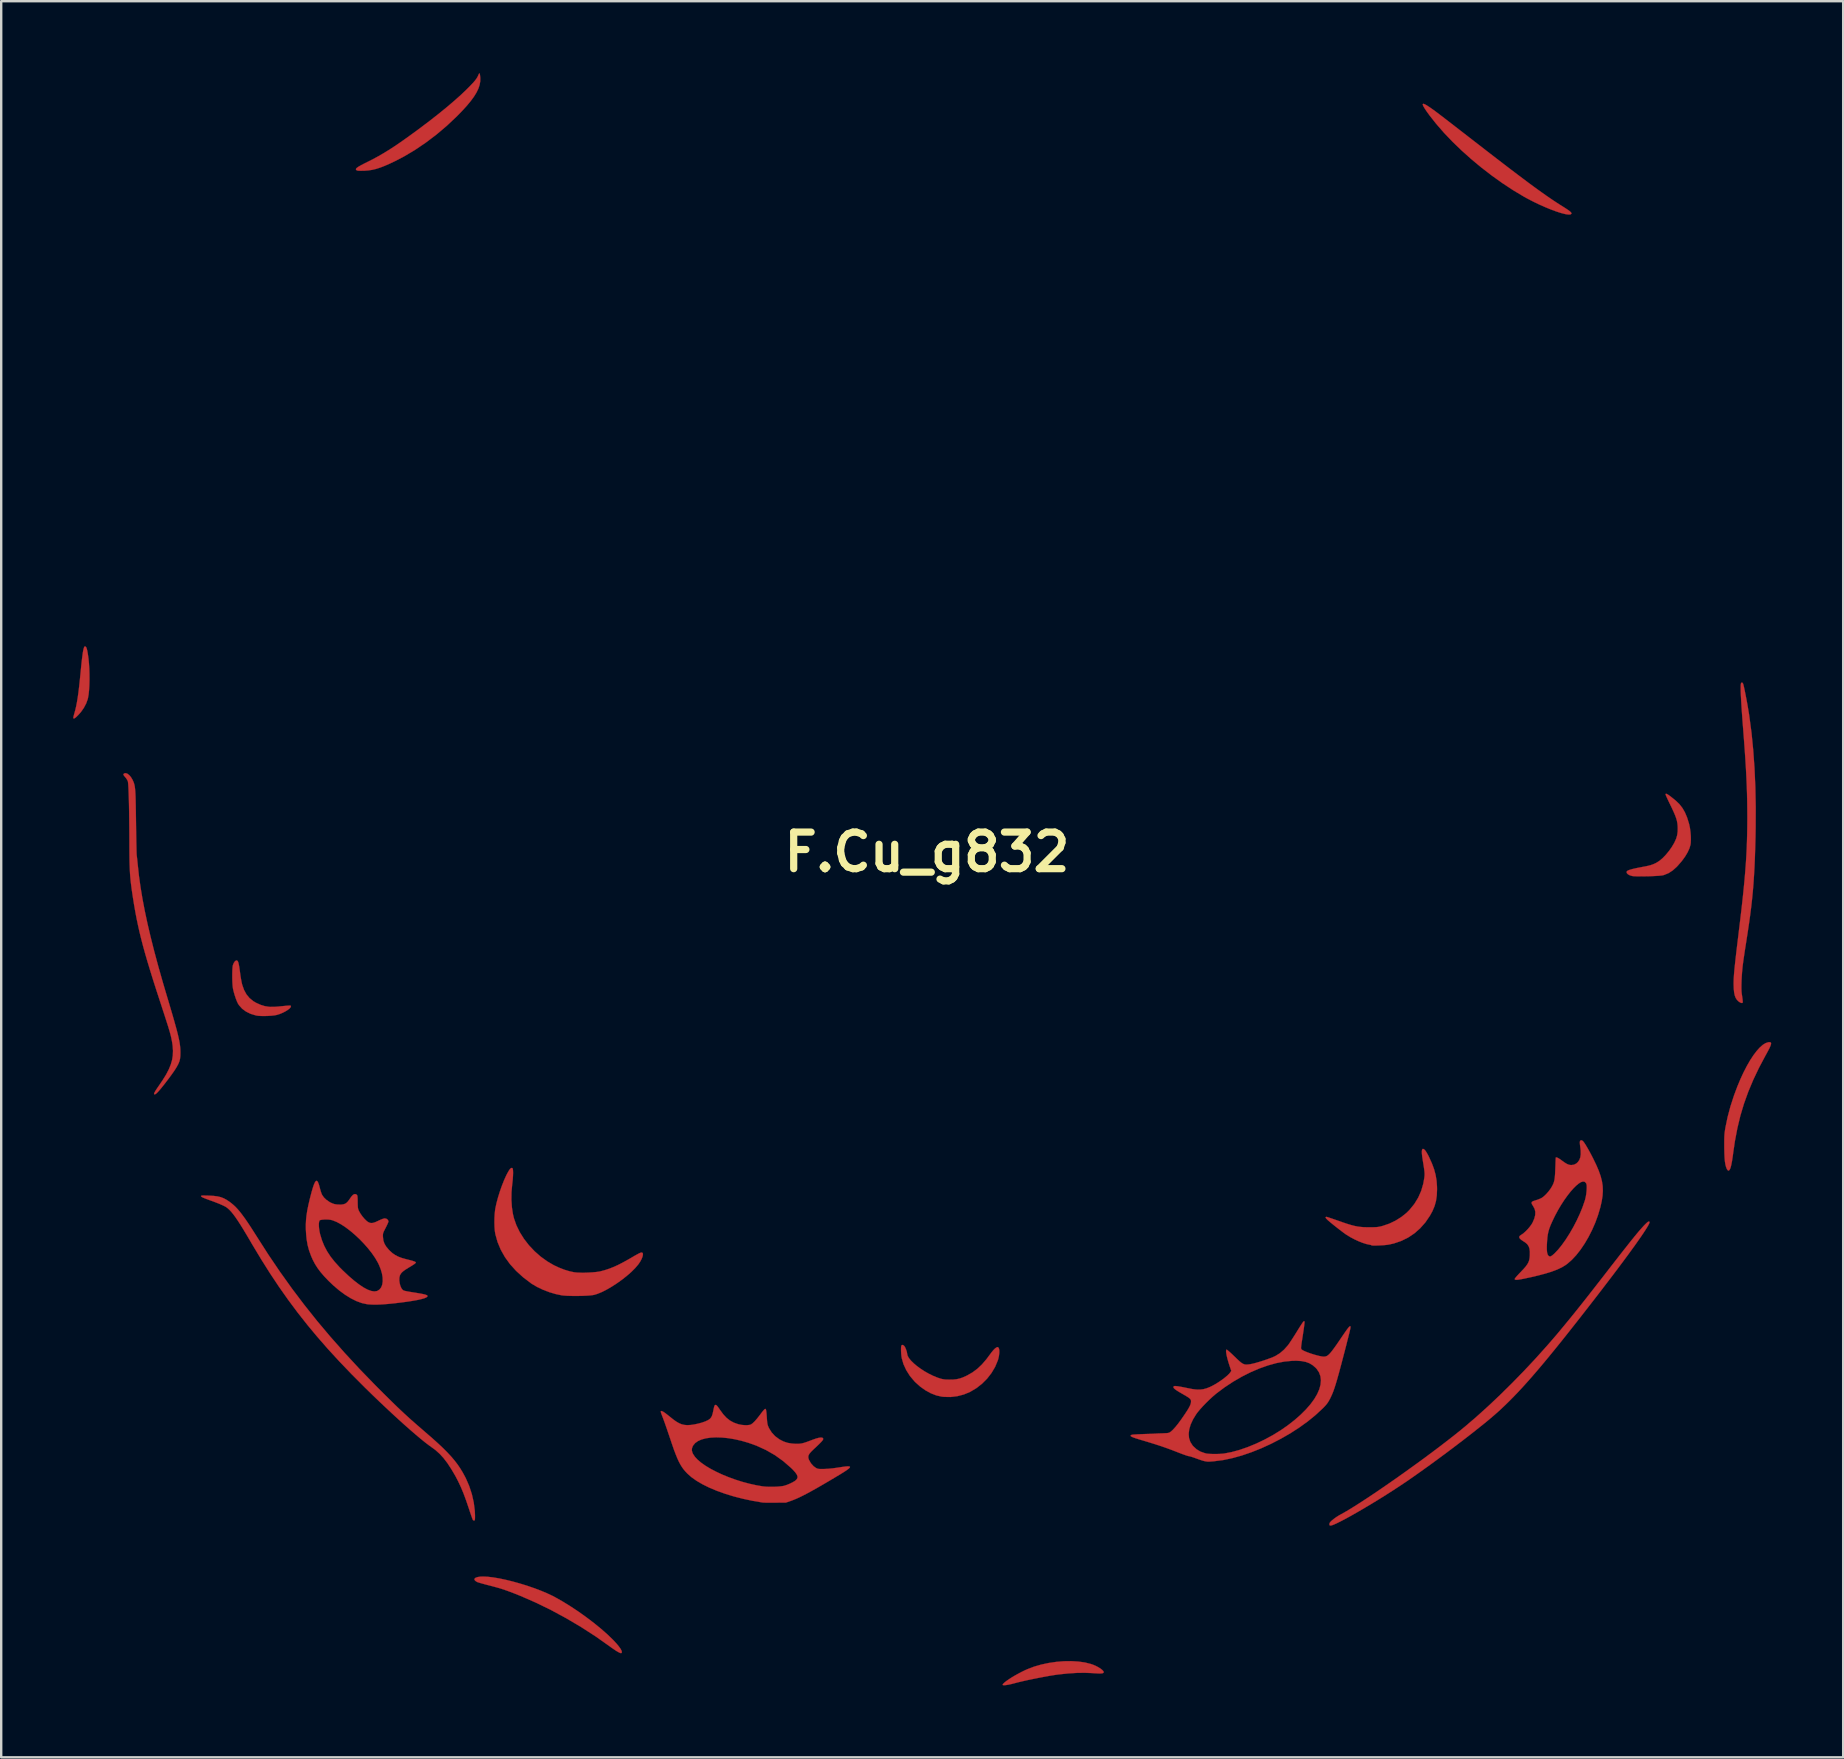
<source format=kicad_pcb>
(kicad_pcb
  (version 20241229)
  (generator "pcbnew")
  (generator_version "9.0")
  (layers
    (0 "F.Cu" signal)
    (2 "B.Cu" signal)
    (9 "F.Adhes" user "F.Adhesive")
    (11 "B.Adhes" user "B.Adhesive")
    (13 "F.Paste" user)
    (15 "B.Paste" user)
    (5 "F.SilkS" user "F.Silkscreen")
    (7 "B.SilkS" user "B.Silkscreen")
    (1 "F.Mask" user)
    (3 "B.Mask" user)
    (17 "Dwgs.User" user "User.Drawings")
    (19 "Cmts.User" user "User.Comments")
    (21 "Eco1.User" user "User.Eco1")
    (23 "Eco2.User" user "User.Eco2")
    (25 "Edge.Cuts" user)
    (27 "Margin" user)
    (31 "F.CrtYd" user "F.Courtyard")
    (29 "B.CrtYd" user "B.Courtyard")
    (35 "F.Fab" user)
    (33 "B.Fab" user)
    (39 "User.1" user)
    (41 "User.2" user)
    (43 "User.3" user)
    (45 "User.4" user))
  (footprint "F.Cu_g832"
    (layer "F.Cu")
    (at 35.573 32.456)
    (property "Reference" "F.Cu_g832" (at 0 0 0) (layer "F.SilkS") (effects (font (size 1.524 1.524) (thickness 0.3))))
    (attr through_hole)
    (fp_poly (pts (xy -35.055 -8.563) (xy -35.029 -8.532) (xy -35.007 -8.474) (xy -34.985 -8.383) (xy -34.966 -8.278) (xy -34.938 -8.084) (xy -34.917 -7.869) (xy -34.903 -7.641) (xy -34.896 -7.407) (xy -34.895 -7.175) (xy -34.901 -6.952) (xy -34.913 -6.746) (xy -34.932 -6.564) (xy -34.958 -6.414) (xy -34.97 -6.368) (xy -35.034 -6.191) (xy -35.13 -6.011) (xy -35.251 -5.838) (xy -35.365 -5.71) (xy -35.442 -5.634) (xy -35.498 -5.588) (xy -35.535 -5.569) (xy -35.56 -5.574) (xy -35.568 -5.584) (xy -35.567 -5.611) (xy -35.555 -5.668) (xy -35.535 -5.747) (xy -35.519 -5.801) (xy -35.482 -5.936) (xy -35.448 -6.084) (xy -35.416 -6.251) (xy -35.385 -6.44) (xy -35.355 -6.655) (xy -35.325 -6.901) (xy -35.295 -7.181) (xy -35.264 -7.493) (xy -35.239 -7.751) (xy -35.216 -7.969) (xy -35.194 -8.15) (xy -35.174 -8.295) (xy -35.155 -8.407) (xy -35.135 -8.488) (xy -35.117 -8.541) (xy -35.097 -8.568) (xy -35.085 -8.572) (xy -35.055 -8.563)) (stroke (width 0.01) (type solid)) (fill yes) (layer "F.Cu"))
    (fp_poly (pts (xy 6.306 33.727) (xy 6.58 33.765) (xy 6.826 33.827) (xy 6.918 33.858) (xy 7.034 33.907) (xy 7.142 33.964) (xy 7.236 34.023) (xy 7.309 34.081) (xy 7.354 34.132) (xy 7.366 34.164) (xy 7.36 34.189) (xy 7.337 34.207) (xy 7.295 34.218) (xy 7.227 34.223) (xy 7.13 34.222) (xy 6.999 34.215) (xy 6.88 34.207) (xy 6.568 34.195) (xy 6.238 34.2) (xy 5.883 34.222) (xy 5.496 34.263) (xy 5.44 34.27) (xy 5.282 34.293) (xy 5.092 34.324) (xy 4.879 34.363) (xy 4.653 34.406) (xy 4.423 34.452) (xy 4.198 34.499) (xy 3.989 34.546) (xy 3.803 34.59) (xy 3.658 34.628) (xy 3.511 34.666) (xy 3.383 34.693) (xy 3.279 34.709) (xy 3.204 34.714) (xy 3.162 34.706) (xy 3.154 34.695) (xy 3.172 34.659) (xy 3.224 34.607) (xy 3.303 34.543) (xy 3.407 34.471) (xy 3.528 34.392) (xy 3.663 34.311) (xy 3.807 34.231) (xy 3.954 34.154) (xy 4.1 34.083) (xy 4.189 34.044) (xy 4.468 33.938) (xy 4.766 33.852) (xy 5.076 33.786) (xy 5.391 33.74) (xy 5.706 33.714) (xy 6.013 33.71) (xy 6.306 33.727)) (stroke (width 0.01) (type solid)) (fill yes) (layer "F.Cu"))
    (fp_poly (pts (xy 35.154 7.928) (xy 35.172 7.952) (xy 35.172 7.995) (xy 35.153 8.059) (xy 35.115 8.148) (xy 35.055 8.265) (xy 34.975 8.414) (xy 34.945 8.467) (xy 34.67 8.985) (xy 34.43 9.489) (xy 34.222 9.986) (xy 34.044 10.482) (xy 33.893 10.985) (xy 33.769 11.502) (xy 33.667 12.038) (xy 33.601 12.488) (xy 33.572 12.703) (xy 33.545 12.878) (xy 33.518 13.017) (xy 33.493 13.123) (xy 33.466 13.198) (xy 33.439 13.246) (xy 33.41 13.268) (xy 33.392 13.271) (xy 33.366 13.254) (xy 33.335 13.211) (xy 33.327 13.195) (xy 33.296 13.115) (xy 33.271 13.017) (xy 33.251 12.897) (xy 33.238 12.752) (xy 33.229 12.575) (xy 33.224 12.362) (xy 33.223 12.266) (xy 33.223 12.096) (xy 33.224 11.96) (xy 33.227 11.849) (xy 33.233 11.755) (xy 33.241 11.669) (xy 33.254 11.583) (xy 33.27 11.488) (xy 33.27 11.483) (xy 33.363 11.036) (xy 33.481 10.594) (xy 33.626 10.145) (xy 33.767 9.768) (xy 33.895 9.462) (xy 34.027 9.176) (xy 34.162 8.915) (xy 34.298 8.678) (xy 34.434 8.47) (xy 34.568 8.292) (xy 34.698 8.146) (xy 34.824 8.034) (xy 34.943 7.959) (xy 35.054 7.923) (xy 35.065 7.921) (xy 35.118 7.919) (xy 35.154 7.928)) (stroke (width 0.01) (type solid)) (fill yes) (layer "F.Cu"))
    (fp_poly (pts (xy -18.633 -32.433) (xy -18.622 -32.376) (xy -18.613 -32.279) (xy -18.611 -32.261) (xy -18.613 -32.116) (xy -18.639 -31.967) (xy -18.691 -31.812) (xy -18.77 -31.649) (xy -18.878 -31.475) (xy -19.016 -31.288) (xy -19.185 -31.085) (xy -19.388 -30.864) (xy -19.588 -30.659) (xy -20.003 -30.268) (xy -20.436 -29.901) (xy -20.885 -29.561) (xy -21.342 -29.252) (xy -21.803 -28.979) (xy -22.151 -28.798) (xy -22.389 -28.685) (xy -22.597 -28.594) (xy -22.784 -28.522) (xy -22.953 -28.468) (xy -23.112 -28.43) (xy -23.268 -28.406) (xy -23.425 -28.393) (xy -23.453 -28.392) (xy -23.584 -28.39) (xy -23.681 -28.392) (xy -23.74 -28.4) (xy -23.754 -28.406) (xy -23.783 -28.429) (xy -23.794 -28.454) (xy -23.783 -28.483) (xy -23.748 -28.517) (xy -23.686 -28.56) (xy -23.595 -28.613) (xy -23.471 -28.678) (xy -23.311 -28.759) (xy -23.283 -28.772) (xy -23.071 -28.88) (xy -22.861 -28.994) (xy -22.649 -29.117) (xy -22.43 -29.251) (xy -22.201 -29.399) (xy -21.956 -29.565) (xy -21.693 -29.75) (xy -21.406 -29.957) (xy -21.114 -30.172) (xy -20.716 -30.473) (xy -20.344 -30.765) (xy -20 -31.045) (xy -19.687 -31.312) (xy -19.406 -31.563) (xy -19.17 -31.789) (xy -19.032 -31.928) (xy -18.922 -32.044) (xy -18.837 -32.141) (xy -18.774 -32.225) (xy -18.727 -32.299) (xy -18.695 -32.369) (xy -18.692 -32.376) (xy -18.667 -32.431) (xy -18.648 -32.451) (xy -18.633 -32.433)) (stroke (width 0.01) (type solid)) (fill yes) (layer "F.Cu"))
    (fp_poly (pts (xy -18.302 30.194) (xy -18.073 30.221) (xy -17.818 30.264) (xy -17.545 30.322) (xy -17.259 30.392) (xy -16.965 30.474) (xy -16.671 30.564) (xy -16.383 30.663) (xy -16.105 30.767) (xy -15.846 30.875) (xy -15.609 30.986) (xy -15.494 31.046) (xy -15.171 31.229) (xy -14.842 31.433) (xy -14.511 31.653) (xy -14.188 31.884) (xy -13.877 32.12) (xy -13.585 32.358) (xy -13.319 32.591) (xy -13.086 32.817) (xy -13.057 32.846) (xy -12.933 32.981) (xy -12.834 33.1) (xy -12.763 33.201) (xy -12.722 33.281) (xy -12.711 33.339) (xy -12.714 33.35) (xy -12.73 33.372) (xy -12.757 33.376) (xy -12.804 33.36) (xy -12.878 33.322) (xy -12.888 33.316) (xy -12.949 33.28) (xy -13.032 33.224) (xy -13.129 33.158) (xy -13.227 33.087) (xy -13.237 33.08) (xy -13.812 32.674) (xy -14.412 32.287) (xy -15.032 31.921) (xy -15.663 31.58) (xy -16.298 31.27) (xy -16.929 30.994) (xy -17.214 30.88) (xy -17.393 30.812) (xy -17.55 30.755) (xy -17.699 30.705) (xy -17.85 30.659) (xy -18.015 30.613) (xy -18.206 30.562) (xy -18.271 30.546) (xy -18.402 30.512) (xy -18.522 30.479) (xy -18.624 30.45) (xy -18.701 30.426) (xy -18.746 30.41) (xy -18.749 30.408) (xy -18.822 30.36) (xy -18.855 30.315) (xy -18.849 30.273) (xy -18.808 30.237) (xy -18.733 30.209) (xy -18.626 30.191) (xy -18.5 30.185) (xy -18.302 30.194)) (stroke (width 0.01) (type solid)) (fill yes) (layer "F.Cu"))
    (fp_poly (pts (xy 20.737 -31.165) (xy 20.817 -31.122) (xy 20.925 -31.052) (xy 21.064 -30.956) (xy 21.233 -30.832) (xy 21.399 -30.705) (xy 21.478 -30.646) (xy 21.585 -30.563) (xy 21.716 -30.462) (xy 21.866 -30.346) (xy 22.031 -30.218) (xy 22.207 -30.082) (xy 22.388 -29.942) (xy 22.57 -29.801) (xy 22.595 -29.781) (xy 23 -29.468) (xy 23.373 -29.179) (xy 23.716 -28.914) (xy 24.033 -28.671) (xy 24.323 -28.449) (xy 24.59 -28.247) (xy 24.836 -28.062) (xy 25.061 -27.893) (xy 25.269 -27.74) (xy 25.46 -27.601) (xy 25.638 -27.474) (xy 25.803 -27.357) (xy 25.957 -27.251) (xy 26.103 -27.152) (xy 26.243 -27.06) (xy 26.378 -26.973) (xy 26.458 -26.923) (xy 26.596 -26.836) (xy 26.701 -26.766) (xy 26.776 -26.712) (xy 26.824 -26.669) (xy 26.85 -26.637) (xy 26.857 -26.61) (xy 26.854 -26.599) (xy 26.822 -26.574) (xy 26.755 -26.566) (xy 26.654 -26.576) (xy 26.585 -26.589) (xy 26.414 -26.633) (xy 26.214 -26.698) (xy 25.992 -26.78) (xy 25.756 -26.877) (xy 25.512 -26.986) (xy 25.267 -27.104) (xy 25.027 -27.228) (xy 24.873 -27.313) (xy 24.422 -27.583) (xy 23.973 -27.879) (xy 23.53 -28.196) (xy 23.096 -28.531) (xy 22.676 -28.88) (xy 22.274 -29.24) (xy 21.895 -29.606) (xy 21.542 -29.976) (xy 21.221 -30.345) (xy 20.934 -30.709) (xy 20.819 -30.869) (xy 20.743 -30.983) (xy 20.69 -31.071) (xy 20.663 -31.134) (xy 20.661 -31.17) (xy 20.685 -31.181) (xy 20.737 -31.165)) (stroke (width 0.01) (type solid)) (fill yes) (layer "F.Cu"))
    (fp_poly (pts (xy -28.734 4.524) (xy -28.712 4.551) (xy -28.692 4.6) (xy -28.674 4.676) (xy -28.654 4.781) (xy -28.634 4.921) (xy -28.619 5.034) (xy -28.601 5.163) (xy -28.58 5.292) (xy -28.558 5.408) (xy -28.538 5.499) (xy -28.532 5.524) (xy -28.455 5.741) (xy -28.355 5.925) (xy -28.229 6.079) (xy -28.074 6.207) (xy -27.95 6.28) (xy -27.766 6.363) (xy -27.587 6.418) (xy -27.401 6.446) (xy -27.199 6.448) (xy -27.03 6.435) (xy -26.916 6.423) (xy -26.797 6.412) (xy -26.693 6.402) (xy -26.654 6.399) (xy -26.575 6.393) (xy -26.529 6.393) (xy -26.507 6.402) (xy -26.501 6.419) (xy -26.501 6.43) (xy -26.52 6.475) (xy -26.572 6.529) (xy -26.651 6.587) (xy -26.749 6.646) (xy -26.86 6.701) (xy -26.976 6.748) (xy -27.092 6.784) (xy -27.093 6.784) (xy -27.193 6.803) (xy -27.32 6.816) (xy -27.462 6.825) (xy -27.609 6.829) (xy -27.747 6.827) (xy -27.866 6.82) (xy -27.951 6.807) (xy -28.177 6.739) (xy -28.371 6.644) (xy -28.533 6.525) (xy -28.662 6.381) (xy -28.709 6.308) (xy -28.749 6.224) (xy -28.794 6.11) (xy -28.838 5.979) (xy -28.878 5.843) (xy -28.91 5.713) (xy -28.916 5.683) (xy -28.927 5.601) (xy -28.936 5.492) (xy -28.942 5.363) (xy -28.945 5.224) (xy -28.945 5.084) (xy -28.942 4.953) (xy -28.936 4.839) (xy -28.927 4.751) (xy -28.918 4.707) (xy -28.882 4.618) (xy -28.837 4.552) (xy -28.788 4.516) (xy -28.759 4.513) (xy -28.734 4.524)) (stroke (width 0.01) (type solid)) (fill yes) (layer "F.Cu"))
    (fp_poly (pts (xy -0.996 20.538) (xy -0.95 20.572) (xy -0.935 20.59) (xy -0.899 20.654) (xy -0.865 20.738) (xy -0.838 20.822) (xy -0.826 20.89) (xy -0.826 20.898) (xy -0.806 20.983) (xy -0.752 21.08) (xy -0.667 21.186) (xy -0.555 21.297) (xy -0.421 21.41) (xy -0.269 21.522) (xy -0.104 21.63) (xy 0.072 21.73) (xy 0.252 21.819) (xy 0.433 21.893) (xy 0.508 21.919) (xy 0.596 21.946) (xy 0.674 21.963) (xy 0.755 21.974) (xy 0.854 21.979) (xy 0.942 21.98) (xy 1.099 21.977) (xy 1.233 21.963) (xy 1.356 21.936) (xy 1.484 21.893) (xy 1.628 21.829) (xy 1.683 21.802) (xy 1.899 21.678) (xy 2.101 21.528) (xy 2.293 21.346) (xy 2.48 21.128) (xy 2.593 20.976) (xy 2.689 20.847) (xy 2.768 20.751) (xy 2.834 20.685) (xy 2.882 20.649) (xy 2.927 20.626) (xy 2.954 20.625) (xy 2.981 20.646) (xy 2.981 20.647) (xy 3.005 20.696) (xy 3.016 20.776) (xy 3.014 20.877) (xy 3 20.992) (xy 2.974 21.11) (xy 2.954 21.177) (xy 2.842 21.446) (xy 2.692 21.7) (xy 2.509 21.936) (xy 2.297 22.149) (xy 2.058 22.336) (xy 1.798 22.49) (xy 1.789 22.495) (xy 1.536 22.599) (xy 1.267 22.669) (xy 0.989 22.703) (xy 0.712 22.698) (xy 0.614 22.687) (xy 0.391 22.637) (xy 0.163 22.548) (xy -0.062 22.425) (xy -0.279 22.271) (xy -0.483 22.088) (xy -0.524 22.046) (xy -0.711 21.823) (xy -0.862 21.584) (xy -0.977 21.334) (xy -1.049 21.085) (xy -1.062 21.002) (xy -1.072 20.902) (xy -1.078 20.796) (xy -1.079 20.698) (xy -1.076 20.617) (xy -1.067 20.566) (xy -1.067 20.565) (xy -1.038 20.535) (xy -0.996 20.538)) (stroke (width 0.01) (type solid)) (fill yes) (layer "F.Cu"))
    (fp_poly (pts (xy 30.847 -2.415) (xy 30.909 -2.376) (xy 30.995 -2.312) (xy 31.108 -2.222) (xy 31.207 -2.14) (xy 31.354 -1.999) (xy 31.479 -1.839) (xy 31.585 -1.654) (xy 31.675 -1.44) (xy 31.752 -1.191) (xy 31.762 -1.154) (xy 31.793 -1.005) (xy 31.815 -0.84) (xy 31.829 -0.672) (xy 31.832 -0.512) (xy 31.825 -0.373) (xy 31.816 -0.308) (xy 31.771 -0.155) (xy 31.693 0.014) (xy 31.585 0.193) (xy 31.451 0.376) (xy 31.293 0.558) (xy 31.245 0.61) (xy 31.074 0.763) (xy 30.9 0.876) (xy 30.718 0.95) (xy 30.67 0.964) (xy 30.606 0.974) (xy 30.508 0.984) (xy 30.384 0.992) (xy 30.241 0.999) (xy 30.088 1.005) (xy 29.931 1.008) (xy 29.78 1.01) (xy 29.641 1.009) (xy 29.522 1.007) (xy 29.432 1.001) (xy 29.384 0.995) (xy 29.286 0.965) (xy 29.211 0.924) (xy 29.165 0.877) (xy 29.152 0.829) (xy 29.169 0.792) (xy 29.211 0.765) (xy 29.292 0.734) (xy 29.411 0.701) (xy 29.563 0.666) (xy 29.748 0.63) (xy 29.777 0.624) (xy 29.934 0.595) (xy 30.059 0.568) (xy 30.161 0.541) (xy 30.249 0.51) (xy 30.334 0.474) (xy 30.406 0.437) (xy 30.527 0.359) (xy 30.657 0.248) (xy 30.788 0.112) (xy 30.916 -0.043) (xy 31.033 -0.207) (xy 31.133 -0.376) (xy 31.152 -0.413) (xy 31.219 -0.563) (xy 31.26 -0.703) (xy 31.281 -0.853) (xy 31.284 -0.974) (xy 31.281 -1.09) (xy 31.27 -1.198) (xy 31.25 -1.305) (xy 31.217 -1.418) (xy 31.171 -1.544) (xy 31.108 -1.69) (xy 31.028 -1.862) (xy 30.988 -1.944) (xy 30.927 -2.07) (xy 30.873 -2.183) (xy 30.828 -2.28) (xy 30.796 -2.352) (xy 30.779 -2.396) (xy 30.776 -2.405) (xy 30.783 -2.428) (xy 30.806 -2.432) (xy 30.847 -2.415)) (stroke (width 0.01) (type solid)) (fill yes) (layer "F.Cu"))
    (fp_poly (pts (xy 20.705 12.375) (xy 20.755 12.42) (xy 20.812 12.502) (xy 20.88 12.622) (xy 20.924 12.711) (xy 21.043 12.973) (xy 21.133 13.217) (xy 21.196 13.453) (xy 21.235 13.689) (xy 21.253 13.936) (xy 21.255 14.054) (xy 21.244 14.309) (xy 21.211 14.537) (xy 21.151 14.751) (xy 21.062 14.961) (xy 20.957 15.152) (xy 20.767 15.43) (xy 20.551 15.674) (xy 20.311 15.885) (xy 20.047 16.061) (xy 19.761 16.202) (xy 19.454 16.306) (xy 19.248 16.352) (xy 19.174 16.363) (xy 19.08 16.373) (xy 18.974 16.381) (xy 18.863 16.387) (xy 18.755 16.391) (xy 18.66 16.393) (xy 18.583 16.392) (xy 18.535 16.388) (xy 18.521 16.381) (xy 18.502 16.37) (xy 18.455 16.359) (xy 18.431 16.355) (xy 18.301 16.327) (xy 18.147 16.277) (xy 17.979 16.21) (xy 17.805 16.129) (xy 17.636 16.039) (xy 17.48 15.943) (xy 17.469 15.936) (xy 17.388 15.878) (xy 17.284 15.801) (xy 17.166 15.711) (xy 17.043 15.614) (xy 16.922 15.518) (xy 16.814 15.429) (xy 16.725 15.354) (xy 16.686 15.319) (xy 16.629 15.259) (xy 16.609 15.219) (xy 16.627 15.2) (xy 16.648 15.198) (xy 16.676 15.204) (xy 16.738 15.224) (xy 16.827 15.253) (xy 16.939 15.291) (xy 17.066 15.335) (xy 17.15 15.365) (xy 17.359 15.438) (xy 17.537 15.497) (xy 17.689 15.542) (xy 17.825 15.577) (xy 17.95 15.601) (xy 18.072 15.617) (xy 18.199 15.627) (xy 18.337 15.631) (xy 18.426 15.631) (xy 18.563 15.631) (xy 18.669 15.628) (xy 18.752 15.623) (xy 18.825 15.613) (xy 18.895 15.599) (xy 18.975 15.579) (xy 18.997 15.572) (xy 19.267 15.48) (xy 19.528 15.354) (xy 19.771 15.201) (xy 19.989 15.026) (xy 20.109 14.906) (xy 20.309 14.66) (xy 20.47 14.397) (xy 20.594 14.116) (xy 20.682 13.814) (xy 20.722 13.587) (xy 20.731 13.52) (xy 20.736 13.461) (xy 20.737 13.402) (xy 20.733 13.335) (xy 20.724 13.254) (xy 20.71 13.152) (xy 20.69 13.021) (xy 20.667 12.882) (xy 20.64 12.708) (xy 20.625 12.573) (xy 20.622 12.474) (xy 20.629 12.408) (xy 20.648 12.373) (xy 20.664 12.365) (xy 20.705 12.375)) (stroke (width 0.01) (type solid)) (fill yes) (layer "F.Cu"))
    (fp_poly (pts (xy -17.272 13.166) (xy -17.256 13.197) (xy -17.247 13.266) (xy -17.244 13.365) (xy -17.248 13.49) (xy -17.258 13.636) (xy -17.275 13.797) (xy -17.282 13.854) (xy -17.31 14.172) (xy -17.314 14.489) (xy -17.294 14.794) (xy -17.251 15.079) (xy -17.209 15.255) (xy -17.107 15.547) (xy -16.966 15.835) (xy -16.791 16.114) (xy -16.585 16.38) (xy -16.351 16.628) (xy -16.095 16.854) (xy -15.819 17.053) (xy -15.554 17.208) (xy -15.338 17.31) (xy -15.116 17.397) (xy -14.9 17.463) (xy -14.706 17.505) (xy -14.591 17.518) (xy -14.446 17.524) (xy -14.282 17.525) (xy -14.111 17.52) (xy -13.942 17.51) (xy -13.787 17.496) (xy -13.657 17.478) (xy -13.592 17.464) (xy -13.408 17.414) (xy -13.232 17.356) (xy -13.056 17.286) (xy -12.873 17.203) (xy -12.676 17.102) (xy -12.455 16.98) (xy -12.342 16.915) (xy -12.204 16.834) (xy -12.097 16.774) (xy -12.017 16.73) (xy -11.958 16.702) (xy -11.917 16.687) (xy -11.887 16.683) (xy -11.866 16.686) (xy -11.864 16.687) (xy -11.837 16.718) (xy -11.834 16.776) (xy -11.851 16.856) (xy -11.888 16.95) (xy -11.942 17.052) (xy -12.01 17.156) (xy -12.03 17.183) (xy -12.161 17.336) (xy -12.321 17.495) (xy -12.504 17.655) (xy -12.704 17.813) (xy -12.914 17.963) (xy -13.128 18.102) (xy -13.339 18.225) (xy -13.541 18.328) (xy -13.728 18.405) (xy -13.864 18.447) (xy -13.946 18.461) (xy -14.062 18.473) (xy -14.203 18.482) (xy -14.362 18.489) (xy -14.531 18.492) (xy -14.701 18.493) (xy -14.864 18.49) (xy -15.012 18.485) (xy -15.136 18.476) (xy -15.215 18.467) (xy -15.475 18.412) (xy -15.741 18.333) (xy -16.001 18.233) (xy -16.243 18.118) (xy -16.457 17.992) (xy -16.493 17.968) (xy -16.825 17.715) (xy -17.118 17.448) (xy -17.371 17.168) (xy -17.584 16.874) (xy -17.757 16.567) (xy -17.891 16.247) (xy -17.983 15.916) (xy -18.004 15.784) (xy -18.017 15.622) (xy -18.022 15.442) (xy -18.02 15.256) (xy -18.01 15.074) (xy -17.993 14.91) (xy -17.983 14.848) (xy -17.937 14.632) (xy -17.874 14.395) (xy -17.798 14.149) (xy -17.712 13.905) (xy -17.621 13.675) (xy -17.529 13.471) (xy -17.488 13.39) (xy -17.425 13.279) (xy -17.374 13.205) (xy -17.33 13.166) (xy -17.292 13.158) (xy -17.272 13.166)) (stroke (width 0.01) (type solid)) (fill yes) (layer "F.Cu"))
    (fp_poly (pts (xy 33.977 -7.061) (xy 34.006 -7.02) (xy 34.013 -7.001) (xy 34.029 -6.941) (xy 34.051 -6.846) (xy 34.077 -6.722) (xy 34.106 -6.577) (xy 34.137 -6.416) (xy 34.169 -6.248) (xy 34.199 -6.078) (xy 34.227 -5.912) (xy 34.253 -5.759) (xy 34.267 -5.662) (xy 34.358 -4.975) (xy 34.429 -4.251) (xy 34.483 -3.494) (xy 34.518 -2.703) (xy 34.534 -1.882) (xy 34.531 -1.032) (xy 34.524 -0.624) (xy 34.512 -0.182) (xy 34.499 0.226) (xy 34.483 0.603) (xy 34.463 0.959) (xy 34.441 1.298) (xy 34.414 1.628) (xy 34.382 1.955) (xy 34.345 2.286) (xy 34.302 2.627) (xy 34.252 2.986) (xy 34.195 3.367) (xy 34.131 3.778) (xy 34.102 3.963) (xy 34.073 4.149) (xy 34.047 4.327) (xy 34.023 4.49) (xy 34.004 4.631) (xy 33.99 4.741) (xy 33.985 4.784) (xy 33.967 4.971) (xy 33.953 5.161) (xy 33.943 5.346) (xy 33.938 5.519) (xy 33.937 5.673) (xy 33.941 5.8) (xy 33.95 5.894) (xy 33.952 5.905) (xy 33.967 6.003) (xy 33.981 6.106) (xy 33.988 6.165) (xy 33.993 6.233) (xy 33.99 6.269) (xy 33.977 6.284) (xy 33.949 6.287) (xy 33.948 6.287) (xy 33.902 6.273) (xy 33.844 6.24) (xy 33.818 6.221) (xy 33.75 6.153) (xy 33.698 6.072) (xy 33.66 5.971) (xy 33.634 5.845) (xy 33.619 5.689) (xy 33.613 5.498) (xy 33.613 5.466) (xy 33.614 5.383) (xy 33.617 5.292) (xy 33.623 5.189) (xy 33.631 5.071) (xy 33.643 4.936) (xy 33.658 4.78) (xy 33.677 4.601) (xy 33.7 4.394) (xy 33.727 4.158) (xy 33.759 3.888) (xy 33.796 3.583) (xy 33.835 3.26) (xy 33.894 2.772) (xy 33.947 2.323) (xy 33.993 1.906) (xy 34.033 1.518) (xy 34.068 1.154) (xy 34.097 0.809) (xy 34.122 0.481) (xy 34.142 0.163) (xy 34.158 -0.148) (xy 34.169 -0.456) (xy 34.177 -0.767) (xy 34.182 -1.084) (xy 34.184 -1.412) (xy 34.184 -1.46) (xy 34.182 -1.792) (xy 34.178 -2.117) (xy 34.171 -2.441) (xy 34.16 -2.77) (xy 34.145 -3.109) (xy 34.127 -3.464) (xy 34.104 -3.84) (xy 34.077 -4.242) (xy 34.045 -4.676) (xy 34.015 -5.069) (xy 33.986 -5.441) (xy 33.962 -5.772) (xy 33.942 -6.062) (xy 33.927 -6.313) (xy 33.916 -6.525) (xy 33.909 -6.7) (xy 33.907 -6.839) (xy 33.909 -6.942) (xy 33.915 -7.01) (xy 33.922 -7.036) (xy 33.947 -7.067) (xy 33.977 -7.061)) (stroke (width 0.01) (type solid)) (fill yes) (layer "F.Cu"))
    (fp_poly (pts (xy 30.099 15.396) (xy 30.109 15.409) (xy 30.107 15.442) (xy 30.078 15.508) (xy 30.025 15.604) (xy 29.947 15.73) (xy 29.846 15.885) (xy 29.722 16.066) (xy 29.576 16.275) (xy 29.408 16.509) (xy 29.221 16.767) (xy 29.013 17.048) (xy 28.787 17.351) (xy 28.542 17.675) (xy 28.28 18.019) (xy 28.002 18.382) (xy 27.707 18.763) (xy 27.552 18.963) (xy 27.197 19.418) (xy 26.865 19.84) (xy 26.555 20.231) (xy 26.264 20.594) (xy 25.991 20.929) (xy 25.735 21.24) (xy 25.493 21.528) (xy 25.264 21.795) (xy 25.047 22.042) (xy 24.84 22.272) (xy 24.641 22.487) (xy 24.448 22.689) (xy 24.26 22.878) (xy 24.076 23.059) (xy 23.893 23.231) (xy 23.791 23.324) (xy 23.636 23.461) (xy 23.45 23.619) (xy 23.236 23.796) (xy 22.997 23.987) (xy 22.739 24.192) (xy 22.464 24.406) (xy 22.176 24.627) (xy 21.878 24.853) (xy 21.575 25.08) (xy 21.27 25.305) (xy 20.967 25.527) (xy 20.669 25.741) (xy 20.38 25.946) (xy 20.104 26.139) (xy 20.003 26.209) (xy 19.733 26.39) (xy 19.446 26.578) (xy 19.148 26.769) (xy 18.844 26.959) (xy 18.54 27.145) (xy 18.241 27.323) (xy 17.954 27.491) (xy 17.684 27.645) (xy 17.436 27.781) (xy 17.216 27.896) (xy 17.193 27.907) (xy 17.055 27.975) (xy 16.949 28.022) (xy 16.872 28.05) (xy 16.819 28.06) (xy 16.787 28.054) (xy 16.772 28.036) (xy 16.77 27.991) (xy 16.781 27.951) (xy 16.815 27.904) (xy 16.878 27.844) (xy 16.962 27.777) (xy 17.057 27.708) (xy 17.157 27.645) (xy 17.219 27.61) (xy 17.389 27.516) (xy 17.589 27.398) (xy 17.815 27.259) (xy 18.066 27.099) (xy 18.336 26.923) (xy 18.624 26.731) (xy 18.926 26.526) (xy 19.239 26.31) (xy 19.56 26.087) (xy 19.885 25.856) (xy 20.211 25.622) (xy 20.536 25.387) (xy 20.856 25.151) (xy 21.167 24.919) (xy 21.467 24.692) (xy 21.753 24.471) (xy 22.021 24.261) (xy 22.268 24.062) (xy 22.426 23.932) (xy 22.9 23.525) (xy 23.388 23.085) (xy 23.883 22.617) (xy 24.38 22.127) (xy 24.875 21.619) (xy 25.362 21.099) (xy 25.836 20.571) (xy 25.899 20.499) (xy 26.095 20.273) (xy 26.298 20.035) (xy 26.508 19.782) (xy 26.73 19.513) (xy 26.964 19.225) (xy 27.213 18.914) (xy 27.479 18.578) (xy 27.764 18.214) (xy 28.07 17.821) (xy 28.258 17.579) (xy 28.493 17.275) (xy 28.705 17.003) (xy 28.894 16.76) (xy 29.063 16.545) (xy 29.213 16.355) (xy 29.345 16.188) (xy 29.463 16.043) (xy 29.566 15.917) (xy 29.657 15.808) (xy 29.738 15.715) (xy 29.81 15.634) (xy 29.874 15.564) (xy 29.906 15.531) (xy 29.982 15.456) (xy 30.037 15.41) (xy 30.074 15.391) (xy 30.099 15.396)) (stroke (width 0.01) (type solid)) (fill yes) (layer "F.Cu"))
    (fp_poly (pts (xy -30.077 14.31) (xy -29.964 14.312) (xy -29.916 14.314) (xy -29.724 14.324) (xy -29.564 14.344) (xy -29.427 14.376) (xy -29.301 14.424) (xy -29.177 14.491) (xy -29.046 14.58) (xy -28.997 14.617) (xy -28.905 14.693) (xy -28.812 14.779) (xy -28.718 14.879) (xy -28.619 14.996) (xy -28.513 15.134) (xy -28.397 15.294) (xy -28.269 15.482) (xy -28.127 15.699) (xy -27.968 15.949) (xy -27.912 16.037) (xy -27.441 16.773) (xy -26.958 17.486) (xy -26.462 18.181) (xy -25.947 18.862) (xy -25.412 19.534) (xy -24.851 20.2) (xy -24.263 20.865) (xy -23.644 21.534) (xy -22.989 22.21) (xy -22.624 22.576) (xy -22.42 22.777) (xy -22.241 22.953) (xy -22.079 23.11) (xy -21.929 23.253) (xy -21.785 23.388) (xy -21.641 23.52) (xy -21.492 23.655) (xy -21.33 23.797) (xy -21.151 23.953) (xy -20.949 24.128) (xy -20.87 24.196) (xy -20.603 24.428) (xy -20.368 24.64) (xy -20.161 24.835) (xy -19.98 25.017) (xy -19.82 25.189) (xy -19.68 25.355) (xy -19.555 25.518) (xy -19.443 25.683) (xy -19.34 25.853) (xy -19.244 26.031) (xy -19.212 26.093) (xy -19.072 26.415) (xy -18.961 26.755) (xy -18.883 27.102) (xy -18.839 27.447) (xy -18.831 27.628) (xy -18.831 27.727) (xy -18.833 27.792) (xy -18.84 27.829) (xy -18.852 27.847) (xy -18.861 27.85) (xy -18.903 27.842) (xy -18.917 27.83) (xy -18.929 27.803) (xy -18.953 27.741) (xy -18.985 27.651) (xy -19.024 27.539) (xy -19.067 27.409) (xy -19.098 27.316) (xy -19.205 27.002) (xy -19.309 26.721) (xy -19.415 26.466) (xy -19.527 26.227) (xy -19.647 25.997) (xy -19.781 25.767) (xy -19.822 25.7) (xy -19.983 25.454) (xy -20.144 25.245) (xy -20.308 25.066) (xy -20.482 24.911) (xy -20.637 24.797) (xy -20.767 24.704) (xy -20.924 24.583) (xy -21.105 24.436) (xy -21.307 24.266) (xy -21.528 24.075) (xy -21.765 23.866) (xy -22.015 23.64) (xy -22.276 23.401) (xy -22.544 23.15) (xy -22.819 22.891) (xy -23.096 22.625) (xy -23.372 22.355) (xy -23.439 22.289) (xy -23.976 21.75) (xy -24.479 21.225) (xy -24.952 20.71) (xy -25.398 20.2) (xy -25.822 19.69) (xy -26.227 19.176) (xy -26.617 18.652) (xy -26.996 18.114) (xy -27.367 17.557) (xy -27.734 16.976) (xy -28.101 16.366) (xy -28.184 16.224) (xy -28.34 15.959) (xy -28.478 15.729) (xy -28.601 15.53) (xy -28.71 15.361) (xy -28.808 15.218) (xy -28.896 15.098) (xy -28.976 14.999) (xy -29.05 14.918) (xy -29.121 14.852) (xy -29.171 14.811) (xy -29.239 14.768) (xy -29.336 14.719) (xy -29.466 14.662) (xy -29.631 14.596) (xy -29.834 14.521) (xy -29.898 14.498) (xy -30.036 14.447) (xy -30.137 14.406) (xy -30.203 14.375) (xy -30.237 14.351) (xy -30.244 14.34) (xy -30.244 14.326) (xy -30.233 14.317) (xy -30.205 14.311) (xy -30.155 14.309) (xy -30.077 14.31)) (stroke (width 0.01) (type solid)) (fill yes) (layer "F.Cu"))
    (fp_poly (pts (xy -33.312 -3.266) (xy -33.239 -3.209) (xy -33.168 -3.126) (xy -33.104 -3.02) (xy -33.09 -2.992) (xy -33.068 -2.942) (xy -33.048 -2.893) (xy -33.032 -2.842) (xy -33.018 -2.786) (xy -33.006 -2.72) (xy -32.996 -2.642) (xy -32.988 -2.549) (xy -32.981 -2.436) (xy -32.975 -2.3) (xy -32.971 -2.139) (xy -32.967 -1.947) (xy -32.963 -1.723) (xy -32.959 -1.462) (xy -32.956 -1.259) (xy -32.953 -1.025) (xy -32.95 -0.802) (xy -32.946 -0.594) (xy -32.943 -0.405) (xy -32.939 -0.238) (xy -32.936 -0.098) (xy -32.933 0.012) (xy -32.93 0.088) (xy -32.927 0.126) (xy -32.927 0.127) (xy -32.921 0.173) (xy -32.912 0.252) (xy -32.901 0.355) (xy -32.889 0.474) (xy -32.881 0.55) (xy -32.833 0.993) (xy -32.768 1.455) (xy -32.688 1.938) (xy -32.592 2.443) (xy -32.479 2.973) (xy -32.348 3.531) (xy -32.2 4.118) (xy -32.034 4.737) (xy -31.849 5.389) (xy -31.697 5.905) (xy -31.596 6.242) (xy -31.508 6.541) (xy -31.43 6.806) (xy -31.363 7.039) (xy -31.306 7.244) (xy -31.257 7.423) (xy -31.217 7.58) (xy -31.185 7.718) (xy -31.159 7.839) (xy -31.139 7.946) (xy -31.125 8.044) (xy -31.115 8.133) (xy -31.109 8.219) (xy -31.107 8.302) (xy -31.106 8.34) (xy -31.109 8.49) (xy -31.122 8.613) (xy -31.149 8.72) (xy -31.193 8.827) (xy -31.258 8.947) (xy -31.299 9.014) (xy -31.366 9.117) (xy -31.454 9.243) (xy -31.556 9.383) (xy -31.666 9.529) (xy -31.775 9.671) (xy -31.879 9.801) (xy -31.969 9.91) (xy -31.975 9.916) (xy -32.055 10.005) (xy -32.114 10.061) (xy -32.157 10.09) (xy -32.187 10.093) (xy -32.2 10.084) (xy -32.203 10.06) (xy -32.183 10.011) (xy -32.14 9.937) (xy -32.072 9.834) (xy -32.005 9.737) (xy -31.836 9.487) (xy -31.697 9.26) (xy -31.588 9.049) (xy -31.507 8.85) (xy -31.452 8.658) (xy -31.422 8.468) (xy -31.415 8.274) (xy -31.429 8.071) (xy -31.45 7.927) (xy -31.462 7.858) (xy -31.475 7.792) (xy -31.488 7.728) (xy -31.504 7.66) (xy -31.523 7.586) (xy -31.546 7.502) (xy -31.575 7.404) (xy -31.609 7.289) (xy -31.652 7.154) (xy -31.703 6.995) (xy -31.763 6.808) (xy -31.834 6.591) (xy -31.916 6.338) (xy -31.971 6.17) (xy -32.118 5.719) (xy -32.251 5.303) (xy -32.37 4.919) (xy -32.478 4.562) (xy -32.575 4.228) (xy -32.662 3.913) (xy -32.74 3.613) (xy -32.811 3.324) (xy -32.874 3.041) (xy -32.933 2.761) (xy -32.986 2.48) (xy -33.036 2.193) (xy -33.084 1.896) (xy -33.113 1.704) (xy -33.138 1.529) (xy -33.159 1.368) (xy -33.177 1.215) (xy -33.192 1.064) (xy -33.204 0.911) (xy -33.213 0.75) (xy -33.22 0.575) (xy -33.226 0.382) (xy -33.229 0.164) (xy -33.231 -0.084) (xy -33.232 -0.366) (xy -33.232 -0.466) (xy -33.233 -0.777) (xy -33.236 -1.08) (xy -33.239 -1.371) (xy -33.242 -1.647) (xy -33.247 -1.905) (xy -33.252 -2.142) (xy -33.259 -2.355) (xy -33.265 -2.541) (xy -33.272 -2.696) (xy -33.28 -2.819) (xy -33.288 -2.904) (xy -33.295 -2.95) (xy -33.324 -3.012) (xy -33.371 -3.083) (xy -33.403 -3.121) (xy -33.456 -3.184) (xy -33.48 -3.226) (xy -33.476 -3.255) (xy -33.446 -3.279) (xy -33.444 -3.281) (xy -33.382 -3.291) (xy -33.312 -3.266)) (stroke (width 0.01) (type solid)) (fill yes) (layer "F.Cu"))
    (fp_poly (pts (xy 27.327 12.034) (xy 27.343 12.049) (xy 27.385 12.104) (xy 27.443 12.192) (xy 27.512 12.308) (xy 27.591 12.446) (xy 27.675 12.602) (xy 27.758 12.764) (xy 27.888 13.032) (xy 27.992 13.275) (xy 28.071 13.498) (xy 28.125 13.707) (xy 28.156 13.91) (xy 28.164 14.113) (xy 28.151 14.321) (xy 28.117 14.542) (xy 28.063 14.782) (xy 28.057 14.806) (xy 27.963 15.123) (xy 27.849 15.437) (xy 27.715 15.743) (xy 27.566 16.036) (xy 27.404 16.313) (xy 27.231 16.568) (xy 27.052 16.796) (xy 26.867 16.993) (xy 26.681 17.155) (xy 26.609 17.207) (xy 26.482 17.285) (xy 26.335 17.359) (xy 26.165 17.43) (xy 25.97 17.499) (xy 25.745 17.567) (xy 25.487 17.635) (xy 25.194 17.705) (xy 24.888 17.771) (xy 24.743 17.799) (xy 24.634 17.816) (xy 24.558 17.821) (xy 24.512 17.815) (xy 24.492 17.798) (xy 24.49 17.787) (xy 24.504 17.761) (xy 24.543 17.71) (xy 24.603 17.642) (xy 24.678 17.561) (xy 24.74 17.496) (xy 24.86 17.37) (xy 24.952 17.264) (xy 25.019 17.171) (xy 25.066 17.085) (xy 25.096 16.998) (xy 25.113 16.902) (xy 25.121 16.803) (xy 25.122 16.643) (xy 25.11 16.554) (xy 25.829 16.554) (xy 25.839 16.674) (xy 25.861 16.761) (xy 25.894 16.817) (xy 25.94 16.844) (xy 25.973 16.849) (xy 26.009 16.834) (xy 26.066 16.795) (xy 26.134 16.737) (xy 26.156 16.716) (xy 26.309 16.554) (xy 26.467 16.356) (xy 26.627 16.13) (xy 26.784 15.882) (xy 26.936 15.618) (xy 27.077 15.346) (xy 27.205 15.071) (xy 27.316 14.8) (xy 27.406 14.54) (xy 27.422 14.489) (xy 27.45 14.374) (xy 27.472 14.248) (xy 27.486 14.12) (xy 27.493 14) (xy 27.492 13.899) (xy 27.48 13.826) (xy 27.477 13.816) (xy 27.441 13.764) (xy 27.399 13.733) (xy 27.332 13.725) (xy 27.249 13.752) (xy 27.153 13.812) (xy 27.046 13.902) (xy 26.93 14.018) (xy 26.808 14.158) (xy 26.682 14.319) (xy 26.554 14.498) (xy 26.428 14.692) (xy 26.305 14.899) (xy 26.188 15.115) (xy 26.131 15.229) (xy 26.047 15.406) (xy 25.981 15.556) (xy 25.932 15.687) (xy 25.896 15.809) (xy 25.87 15.932) (xy 25.852 16.064) (xy 25.84 16.203) (xy 25.829 16.398) (xy 25.829 16.554) (xy 25.11 16.554) (xy 25.105 16.515) (xy 25.067 16.413) (xy 25.006 16.328) (xy 24.917 16.255) (xy 24.865 16.223) (xy 24.763 16.155) (xy 24.7 16.096) (xy 24.678 16.044) (xy 24.695 15.997) (xy 24.751 15.953) (xy 24.759 15.949) (xy 24.845 15.891) (xy 24.941 15.806) (xy 25.04 15.705) (xy 25.13 15.597) (xy 25.204 15.492) (xy 25.236 15.436) (xy 25.308 15.268) (xy 25.346 15.12) (xy 25.35 14.987) (xy 25.321 14.865) (xy 25.26 14.752) (xy 25.211 14.673) (xy 25.192 14.616) (xy 25.206 14.575) (xy 25.257 14.543) (xy 25.347 14.513) (xy 25.36 14.509) (xy 25.454 14.479) (xy 25.545 14.443) (xy 25.615 14.409) (xy 25.617 14.408) (xy 25.703 14.345) (xy 25.798 14.255) (xy 25.893 14.149) (xy 25.977 14.037) (xy 26.013 13.981) (xy 26.061 13.897) (xy 26.098 13.821) (xy 26.126 13.743) (xy 26.147 13.658) (xy 26.161 13.558) (xy 26.172 13.434) (xy 26.18 13.28) (xy 26.184 13.176) (xy 26.189 13.044) (xy 26.193 12.927) (xy 26.197 12.831) (xy 26.2 12.763) (xy 26.202 12.729) (xy 26.202 12.726) (xy 26.226 12.718) (xy 26.277 12.735) (xy 26.35 12.777) (xy 26.439 12.839) (xy 26.553 12.922) (xy 26.643 12.979) (xy 26.719 13.015) (xy 26.787 13.034) (xy 26.85 13.039) (xy 26.96 13.024) (xy 27.054 12.977) (xy 27.119 12.919) (xy 27.183 12.83) (xy 27.224 12.721) (xy 27.243 12.588) (xy 27.24 12.426) (xy 27.219 12.259) (xy 27.209 12.175) (xy 27.205 12.102) (xy 27.208 12.054) (xy 27.208 12.053) (xy 27.234 12.011) (xy 27.276 12.005) (xy 27.327 12.034)) (stroke (width 0.01) (type solid)) (fill yes) (layer "F.Cu"))
    (fp_poly (pts (xy -25.399 13.712) (xy -25.367 13.767) (xy -25.334 13.856) (xy -25.303 13.97) (xy -25.276 14.071) (xy -25.247 14.166) (xy -25.22 14.241) (xy -25.206 14.273) (xy -25.13 14.385) (xy -25.021 14.49) (xy -24.889 14.58) (xy -24.841 14.606) (xy -24.752 14.645) (xy -24.673 14.669) (xy -24.582 14.682) (xy -24.523 14.685) (xy -24.389 14.686) (xy -24.285 14.668) (xy -24.201 14.627) (xy -24.127 14.557) (xy -24.056 14.459) (xy -23.982 14.353) (xy -23.918 14.284) (xy -23.862 14.25) (xy -23.809 14.249) (xy -23.761 14.273) (xy -23.745 14.29) (xy -23.734 14.317) (xy -23.727 14.362) (xy -23.723 14.433) (xy -23.72 14.536) (xy -23.72 14.575) (xy -23.718 14.691) (xy -23.714 14.774) (xy -23.707 14.836) (xy -23.694 14.885) (xy -23.675 14.934) (xy -23.66 14.965) (xy -23.597 15.074) (xy -23.515 15.188) (xy -23.426 15.291) (xy -23.34 15.373) (xy -23.312 15.395) (xy -23.239 15.437) (xy -23.167 15.455) (xy -23.086 15.45) (xy -22.989 15.42) (xy -22.867 15.365) (xy -22.852 15.357) (xy -22.755 15.313) (xy -22.67 15.28) (xy -22.607 15.262) (xy -22.59 15.261) (xy -22.521 15.277) (xy -22.467 15.317) (xy -22.438 15.372) (xy -22.437 15.388) (xy -22.446 15.422) (xy -22.472 15.485) (xy -22.51 15.567) (xy -22.555 15.656) (xy -22.605 15.752) (xy -22.638 15.821) (xy -22.658 15.874) (xy -22.667 15.922) (xy -22.669 15.975) (xy -22.666 16.042) (xy -22.649 16.183) (xy -22.606 16.31) (xy -22.535 16.432) (xy -22.431 16.558) (xy -22.383 16.608) (xy -22.275 16.706) (xy -22.161 16.786) (xy -22.033 16.853) (xy -21.883 16.91) (xy -21.702 16.961) (xy -21.639 16.977) (xy -21.533 17.003) (xy -21.439 17.029) (xy -21.367 17.053) (xy -21.326 17.07) (xy -21.322 17.072) (xy -21.297 17.095) (xy -21.301 17.115) (xy -21.334 17.146) (xy -21.373 17.174) (xy -21.439 17.217) (xy -21.52 17.268) (xy -21.583 17.305) (xy -21.711 17.384) (xy -21.807 17.451) (xy -21.876 17.511) (xy -21.924 17.569) (xy -21.957 17.632) (xy -21.962 17.643) (xy -21.983 17.737) (xy -21.985 17.847) (xy -21.97 17.962) (xy -21.941 18.072) (xy -21.9 18.166) (xy -21.849 18.236) (xy -21.809 18.264) (xy -21.764 18.279) (xy -21.689 18.296) (xy -21.597 18.313) (xy -21.539 18.323) (xy -21.337 18.355) (xy -21.174 18.382) (xy -21.045 18.405) (xy -20.949 18.426) (xy -20.88 18.445) (xy -20.836 18.463) (xy -20.814 18.481) (xy -20.809 18.501) (xy -20.816 18.519) (xy -20.858 18.553) (xy -20.941 18.589) (xy -21.065 18.624) (xy -21.229 18.661) (xy -21.43 18.697) (xy -21.67 18.734) (xy -21.889 18.763) (xy -22.197 18.8) (xy -22.467 18.827) (xy -22.703 18.845) (xy -22.91 18.854) (xy -23.091 18.853) (xy -23.25 18.845) (xy -23.332 18.836) (xy -23.544 18.79) (xy -23.77 18.708) (xy -24.006 18.59) (xy -24.249 18.439) (xy -24.496 18.257) (xy -24.743 18.046) (xy -24.939 17.858) (xy -25.119 17.669) (xy -25.269 17.494) (xy -25.394 17.326) (xy -25.5 17.158) (xy -25.593 16.981) (xy -25.66 16.828) (xy -25.745 16.596) (xy -25.806 16.368) (xy -25.847 16.126) (xy -25.867 15.919) (xy -25.879 15.712) (xy -25.88 15.56) (xy -25.338 15.56) (xy -25.329 15.676) (xy -25.311 15.801) (xy -25.285 15.92) (xy -25.208 16.173) (xy -25.112 16.408) (xy -24.994 16.633) (xy -24.85 16.853) (xy -24.676 17.073) (xy -24.469 17.301) (xy -24.339 17.431) (xy -24.097 17.659) (xy -23.872 17.853) (xy -23.664 18.013) (xy -23.476 18.139) (xy -23.306 18.23) (xy -23.155 18.285) (xy -23.025 18.305) (xy -22.916 18.289) (xy -22.909 18.287) (xy -22.814 18.229) (xy -22.743 18.141) (xy -22.697 18.027) (xy -22.676 17.889) (xy -22.679 17.731) (xy -22.707 17.559) (xy -22.761 17.375) (xy -22.839 17.183) (xy -22.876 17.108) (xy -22.988 16.914) (xy -23.125 16.715) (xy -23.282 16.515) (xy -23.455 16.318) (xy -23.639 16.127) (xy -23.832 15.947) (xy -24.027 15.781) (xy -24.221 15.634) (xy -24.409 15.51) (xy -24.587 15.413) (xy -24.751 15.346) (xy -24.83 15.324) (xy -24.916 15.311) (xy -25.015 15.306) (xy -25.115 15.308) (xy -25.204 15.316) (xy -25.272 15.329) (xy -25.302 15.343) (xy -25.324 15.386) (xy -25.336 15.46) (xy -25.338 15.56) (xy -25.88 15.56) (xy -25.88 15.519) (xy -25.871 15.329) (xy -25.851 15.136) (xy -25.819 14.93) (xy -25.773 14.703) (xy -25.713 14.447) (xy -25.697 14.383) (xy -25.641 14.168) (xy -25.591 13.995) (xy -25.546 13.862) (xy -25.505 13.768) (xy -25.468 13.712) (xy -25.433 13.694) (xy -25.399 13.712)) (stroke (width 0.01) (type solid)) (fill yes) (layer "F.Cu"))
    (fp_poly (pts (xy -8.787 23.037) (xy -8.758 23.058) (xy -8.72 23.101) (xy -8.669 23.172) (xy -8.619 23.246) (xy -8.485 23.427) (xy -8.35 23.572) (xy -8.208 23.684) (xy -8.052 23.77) (xy -7.875 23.833) (xy -7.834 23.844) (xy -7.72 23.866) (xy -7.601 23.877) (xy -7.488 23.878) (xy -7.393 23.867) (xy -7.332 23.848) (xy -7.261 23.797) (xy -7.172 23.712) (xy -7.07 23.594) (xy -6.954 23.446) (xy -6.924 23.405) (xy -6.863 23.325) (xy -6.808 23.259) (xy -6.766 23.215) (xy -6.742 23.199) (xy -6.742 23.199) (xy -6.726 23.202) (xy -6.713 23.216) (xy -6.703 23.246) (xy -6.695 23.298) (xy -6.686 23.378) (xy -6.677 23.491) (xy -6.671 23.576) (xy -6.662 23.694) (xy -6.653 23.781) (xy -6.641 23.847) (xy -6.623 23.905) (xy -6.598 23.964) (xy -6.575 24.013) (xy -6.467 24.184) (xy -6.326 24.336) (xy -6.155 24.463) (xy -6.136 24.475) (xy -5.975 24.557) (xy -5.812 24.612) (xy -5.633 24.643) (xy -5.503 24.652) (xy -5.406 24.655) (xy -5.322 24.652) (xy -5.241 24.643) (xy -5.156 24.624) (xy -5.058 24.594) (xy -4.938 24.552) (xy -4.789 24.495) (xy -4.773 24.489) (xy -4.621 24.435) (xy -4.499 24.403) (xy -4.407 24.393) (xy -4.347 24.405) (xy -4.322 24.44) (xy -4.322 24.442) (xy -4.324 24.464) (xy -4.337 24.492) (xy -4.365 24.531) (xy -4.411 24.582) (xy -4.478 24.65) (xy -4.569 24.739) (xy -4.688 24.85) (xy -4.735 24.894) (xy -4.833 24.991) (xy -4.899 25.071) (xy -4.935 25.141) (xy -4.945 25.207) (xy -4.932 25.277) (xy -4.914 25.324) (xy -4.83 25.471) (xy -4.723 25.588) (xy -4.639 25.649) (xy -4.595 25.674) (xy -4.555 25.69) (xy -4.509 25.699) (xy -4.449 25.704) (xy -4.362 25.704) (xy -4.286 25.703) (xy -4.123 25.695) (xy -3.936 25.677) (xy -3.743 25.651) (xy -3.705 25.645) (xy -3.533 25.618) (xy -3.397 25.6) (xy -3.297 25.593) (xy -3.233 25.597) (xy -3.205 25.614) (xy -3.214 25.644) (xy -3.26 25.69) (xy -3.342 25.751) (xy -3.461 25.83) (xy -3.617 25.927) (xy -3.753 26.008) (xy -4.056 26.189) (xy -4.327 26.348) (xy -4.568 26.487) (xy -4.783 26.607) (xy -4.973 26.711) (xy -5.142 26.799) (xy -5.292 26.874) (xy -5.427 26.936) (xy -5.55 26.987) (xy -5.662 27.03) (xy -5.673 27.033) (xy -5.874 27.103) (xy -6.329 27.106) (xy -6.467 27.107) (xy -6.595 27.107) (xy -6.704 27.106) (xy -6.788 27.104) (xy -6.84 27.101) (xy -6.847 27.1) (xy -7.26 27.03) (xy -7.66 26.945) (xy -8.043 26.847) (xy -8.407 26.736) (xy -8.748 26.614) (xy -9.062 26.483) (xy -9.347 26.342) (xy -9.599 26.195) (xy -9.816 26.041) (xy -9.978 25.897) (xy -10.063 25.808) (xy -10.139 25.718) (xy -10.209 25.621) (xy -10.275 25.513) (xy -10.34 25.39) (xy -10.405 25.248) (xy -10.472 25.082) (xy -10.528 24.933) (xy -9.796 24.933) (xy -9.769 25.027) (xy -9.746 25.077) (xy -9.666 25.198) (xy -9.549 25.323) (xy -9.396 25.45) (xy -9.214 25.577) (xy -9.004 25.702) (xy -8.771 25.823) (xy -8.52 25.94) (xy -8.252 26.049) (xy -7.973 26.15) (xy -7.687 26.24) (xy -7.396 26.318) (xy -7.105 26.382) (xy -6.837 26.428) (xy -6.711 26.44) (xy -6.563 26.446) (xy -6.405 26.446) (xy -6.249 26.44) (xy -6.107 26.428) (xy -5.99 26.412) (xy -5.95 26.403) (xy -5.839 26.367) (xy -5.718 26.318) (xy -5.603 26.262) (xy -5.509 26.207) (xy -5.487 26.191) (xy -5.426 26.133) (xy -5.395 26.073) (xy -5.394 26.006) (xy -5.425 25.93) (xy -5.488 25.84) (xy -5.586 25.732) (xy -5.66 25.659) (xy -5.986 25.376) (xy -6.333 25.127) (xy -6.704 24.914) (xy -7.099 24.733) (xy -7.44 24.611) (xy -7.729 24.527) (xy -8.011 24.463) (xy -8.283 24.418) (xy -8.543 24.392) (xy -8.787 24.385) (xy -9.012 24.396) (xy -9.215 24.426) (xy -9.393 24.474) (xy -9.542 24.54) (xy -9.659 24.624) (xy -9.742 24.725) (xy -9.757 24.752) (xy -9.791 24.846) (xy -9.796 24.933) (xy -10.528 24.933) (xy -10.545 24.888) (xy -10.624 24.66) (xy -10.699 24.437) (xy -10.757 24.267) (xy -10.814 24.098) (xy -10.869 23.939) (xy -10.919 23.796) (xy -10.962 23.677) (xy -10.995 23.588) (xy -11.004 23.563) (xy -11.04 23.472) (xy -11.068 23.394) (xy -11.086 23.338) (xy -11.091 23.315) (xy -11.081 23.289) (xy -11.049 23.289) (xy -10.994 23.315) (xy -10.913 23.368) (xy -10.806 23.45) (xy -10.71 23.527) (xy -10.562 23.645) (xy -10.436 23.734) (xy -10.323 23.798) (xy -10.218 23.841) (xy -10.113 23.866) (xy -10.001 23.876) (xy -9.965 23.876) (xy -9.832 23.868) (xy -9.681 23.845) (xy -9.524 23.811) (xy -9.371 23.769) (xy -9.235 23.721) (xy -9.126 23.67) (xy -9.097 23.653) (xy -9.037 23.608) (xy -8.993 23.556) (xy -8.958 23.49) (xy -8.929 23.399) (xy -8.902 23.276) (xy -8.899 23.263) (xy -8.879 23.163) (xy -8.862 23.097) (xy -8.847 23.059) (xy -8.83 23.04) (xy -8.811 23.033) (xy -8.787 23.037)) (stroke (width 0.01) (type solid)) (fill yes) (layer "F.Cu"))
    (fp_poly (pts (xy 15.733 19.555) (xy 15.734 19.58) (xy 15.729 19.641) (xy 15.719 19.732) (xy 15.704 19.848) (xy 15.684 19.983) (xy 15.662 20.129) (xy 15.636 20.295) (xy 15.616 20.425) (xy 15.602 20.524) (xy 15.593 20.595) (xy 15.589 20.645) (xy 15.59 20.678) (xy 15.596 20.7) (xy 15.605 20.715) (xy 15.615 20.725) (xy 15.663 20.758) (xy 15.744 20.798) (xy 15.85 20.841) (xy 15.972 20.885) (xy 16.101 20.927) (xy 16.23 20.964) (xy 16.35 20.994) (xy 16.452 21.014) (xy 16.526 21.022) (xy 16.575 21.02) (xy 16.621 21.011) (xy 16.667 20.993) (xy 16.714 20.961) (xy 16.766 20.915) (xy 16.825 20.85) (xy 16.894 20.763) (xy 16.976 20.652) (xy 17.074 20.515) (xy 17.189 20.347) (xy 17.311 20.167) (xy 17.413 20.018) (xy 17.494 19.903) (xy 17.556 19.822) (xy 17.601 19.772) (xy 17.631 19.752) (xy 17.646 19.76) (xy 17.649 19.795) (xy 17.644 19.838) (xy 17.635 19.882) (xy 17.617 19.962) (xy 17.59 20.073) (xy 17.556 20.209) (xy 17.516 20.366) (xy 17.473 20.538) (xy 17.426 20.72) (xy 17.377 20.908) (xy 17.328 21.095) (xy 17.28 21.278) (xy 17.234 21.451) (xy 17.192 21.608) (xy 17.155 21.745) (xy 17.144 21.782) (xy 17.084 21.996) (xy 17.03 22.177) (xy 16.981 22.329) (xy 16.935 22.46) (xy 16.889 22.576) (xy 16.84 22.684) (xy 16.801 22.765) (xy 16.751 22.858) (xy 16.704 22.935) (xy 16.652 23.005) (xy 16.587 23.08) (xy 16.499 23.17) (xy 16.48 23.189) (xy 16.186 23.461) (xy 15.86 23.726) (xy 15.508 23.979) (xy 15.135 24.22) (xy 14.745 24.444) (xy 14.344 24.651) (xy 13.937 24.838) (xy 13.529 25.001) (xy 13.124 25.14) (xy 12.728 25.25) (xy 12.346 25.331) (xy 11.982 25.378) (xy 11.98 25.379) (xy 11.87 25.388) (xy 11.791 25.394) (xy 11.734 25.396) (xy 11.688 25.395) (xy 11.644 25.389) (xy 11.591 25.381) (xy 11.578 25.378) (xy 11.521 25.364) (xy 11.437 25.339) (xy 11.335 25.304) (xy 11.228 25.266) (xy 11.224 25.264) (xy 11.122 25.228) (xy 11.03 25.197) (xy 10.956 25.176) (xy 10.912 25.167) (xy 10.909 25.167) (xy 10.873 25.16) (xy 10.804 25.138) (xy 10.71 25.105) (xy 10.598 25.064) (xy 10.473 25.016) (xy 10.448 25.006) (xy 10.217 24.916) (xy 9.988 24.832) (xy 9.753 24.75) (xy 9.5 24.668) (xy 9.222 24.582) (xy 9.008 24.518) (xy 8.835 24.467) (xy 8.7 24.424) (xy 8.601 24.39) (xy 8.534 24.361) (xy 8.496 24.337) (xy 8.485 24.317) (xy 8.498 24.298) (xy 8.531 24.28) (xy 8.535 24.278) (xy 8.567 24.273) (xy 8.636 24.267) (xy 8.737 24.261) (xy 8.864 24.255) (xy 9.013 24.249) (xy 9.177 24.243) (xy 9.303 24.24) (xy 9.359 24.238) (xy 10.906 24.238) (xy 10.921 24.414) (xy 10.974 24.575) (xy 11.066 24.72) (xy 11.096 24.755) (xy 11.237 24.884) (xy 11.397 24.979) (xy 11.583 25.044) (xy 11.652 25.061) (xy 11.727 25.07) (xy 11.832 25.076) (xy 11.955 25.079) (xy 12.086 25.078) (xy 12.212 25.074) (xy 12.322 25.066) (xy 12.372 25.061) (xy 12.688 25.001) (xy 13.022 24.91) (xy 13.369 24.79) (xy 13.721 24.645) (xy 14.073 24.477) (xy 14.419 24.289) (xy 14.751 24.084) (xy 15.028 23.891) (xy 15.315 23.668) (xy 15.569 23.445) (xy 15.792 23.223) (xy 15.982 23.005) (xy 16.139 22.791) (xy 16.261 22.583) (xy 16.349 22.382) (xy 16.401 22.189) (xy 16.417 22.007) (xy 16.396 21.836) (xy 16.338 21.678) (xy 16.241 21.534) (xy 16.194 21.483) (xy 16.072 21.378) (xy 15.939 21.298) (xy 15.789 21.242) (xy 15.616 21.207) (xy 15.415 21.193) (xy 15.229 21.195) (xy 14.906 21.225) (xy 14.566 21.289) (xy 14.212 21.387) (xy 13.85 21.515) (xy 13.484 21.672) (xy 13.118 21.857) (xy 12.756 22.067) (xy 12.403 22.3) (xy 12.062 22.555) (xy 12.044 22.57) (xy 11.913 22.681) (xy 11.773 22.81) (xy 11.632 22.948) (xy 11.497 23.087) (xy 11.376 23.222) (xy 11.276 23.343) (xy 11.223 23.415) (xy 11.087 23.636) (xy 10.989 23.848) (xy 10.929 24.049) (xy 10.906 24.238) (xy 9.359 24.238) (xy 9.509 24.234) (xy 9.677 24.228) (xy 9.811 24.223) (xy 9.915 24.216) (xy 9.993 24.21) (xy 10.048 24.202) (xy 10.086 24.193) (xy 10.098 24.189) (xy 10.163 24.147) (xy 10.246 24.072) (xy 10.343 23.966) (xy 10.452 23.833) (xy 10.569 23.676) (xy 10.615 23.611) (xy 10.73 23.444) (xy 10.822 23.306) (xy 10.892 23.193) (xy 10.943 23.1) (xy 10.977 23.025) (xy 10.996 22.962) (xy 11.002 22.924) (xy 11.004 22.876) (xy 10.999 22.835) (xy 10.98 22.798) (xy 10.944 22.76) (xy 10.886 22.717) (xy 10.801 22.664) (xy 10.684 22.596) (xy 10.649 22.575) (xy 10.512 22.496) (xy 10.41 22.432) (xy 10.338 22.381) (xy 10.294 22.341) (xy 10.273 22.309) (xy 10.272 22.281) (xy 10.273 22.279) (xy 10.287 22.258) (xy 10.313 22.248) (xy 10.364 22.248) (xy 10.42 22.253) (xy 10.491 22.263) (xy 10.59 22.28) (xy 10.706 22.302) (xy 10.826 22.327) (xy 10.846 22.331) (xy 11.049 22.371) (xy 11.222 22.393) (xy 11.375 22.396) (xy 11.517 22.379) (xy 11.655 22.341) (xy 11.801 22.282) (xy 11.873 22.247) (xy 12.01 22.173) (xy 12.149 22.087) (xy 12.285 21.994) (xy 12.41 21.9) (xy 12.517 21.811) (xy 12.597 21.732) (xy 12.633 21.687) (xy 12.682 21.615) (xy 12.618 21.428) (xy 12.565 21.262) (xy 12.522 21.11) (xy 12.49 20.978) (xy 12.471 20.869) (xy 12.464 20.788) (xy 12.472 20.739) (xy 12.484 20.728) (xy 12.506 20.739) (xy 12.554 20.776) (xy 12.621 20.834) (xy 12.704 20.91) (xy 12.796 20.998) (xy 12.813 21.015) (xy 12.931 21.129) (xy 13.025 21.215) (xy 13.102 21.278) (xy 13.169 21.32) (xy 13.231 21.344) (xy 13.296 21.353) (xy 13.368 21.35) (xy 13.456 21.339) (xy 13.472 21.337) (xy 13.575 21.316) (xy 13.707 21.282) (xy 13.857 21.238) (xy 14.017 21.188) (xy 14.175 21.134) (xy 14.321 21.08) (xy 14.447 21.029) (xy 14.52 20.995) (xy 14.704 20.881) (xy 14.88 20.731) (xy 15.042 20.549) (xy 15.068 20.514) (xy 15.111 20.453) (xy 15.171 20.363) (xy 15.242 20.253) (xy 15.32 20.131) (xy 15.4 20.003) (xy 15.42 19.971) (xy 15.492 19.854) (xy 15.559 19.748) (xy 15.616 19.661) (xy 15.659 19.596) (xy 15.686 19.56) (xy 15.691 19.554) (xy 15.724 19.55) (xy 15.733 19.555)) (stroke (width 0.01) (type solid)) (fill yes) (layer "F.Cu")))
  (gr_rect
    (start -3 -3)
    (end 73.751 70.175)
    (stroke (width 0.1) (type default))
    (fill no)
    (layer "Edge.Cuts")))
</source>
